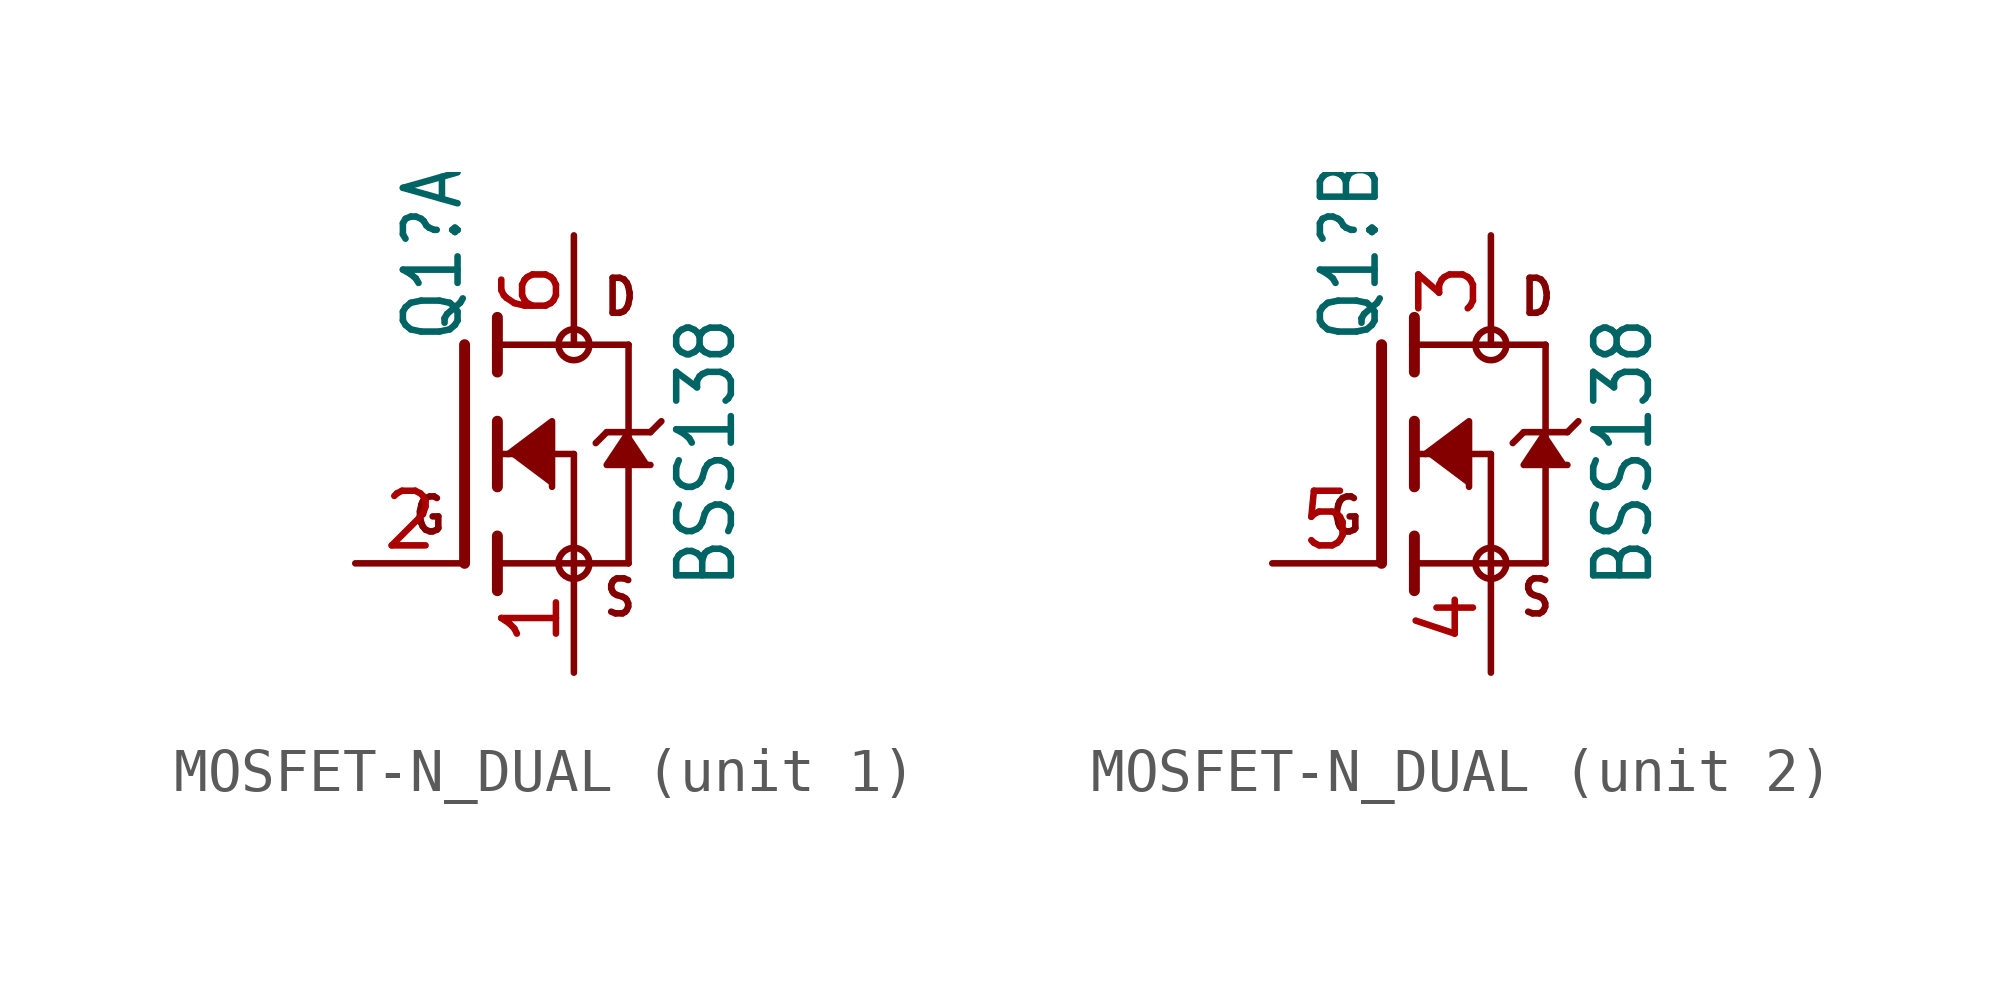
<source format=kicad_sym>
(kicad_symbol_lib
  (version 20220914)
  (generator kicad_symbol_editor)
  (symbol "MOSFET-N_DUAL"
    (property "Reference" "Q1"
      (at 0 2.54 90)
      (effects (font (size 1.27 1.079)) (justify left bottom)))
    (property "Value" "BSS138"
      (at 6.35 -3.175 90)
      (effects (font (size 1.27 1.079)) (justify left bottom)))
    (property "ki_locked" ""
      (at 0 0 0)
      (effects (font (size 1.27 1.27))))
    (symbol "MOSFET-N_DUAL_1_0"
      (polyline (pts (xy 0 2.54) (xy 0 -2.54)) (stroke (width 0.254) (type solid)) (fill (type none)))
      (polyline (pts (xy 0.762 -2.54) (xy 0.762 -3.175)) (stroke (width 0.254) (type solid)) (fill (type none)))
      (polyline (pts (xy 0.762 -1.905) (xy 0.762 -2.54)) (stroke (width 0.254) (type solid)) (fill (type none)))
      (polyline (pts (xy 0.762 0) (xy 0.762 -0.762)) (stroke (width 0.254) (type solid)) (fill (type none)))
      (polyline (pts (xy 0.762 0) (xy 2.54 0)) (stroke (width 0.152) (type solid)) (fill (type none)))
      (polyline (pts (xy 0.762 0.762) (xy 0.762 0)) (stroke (width 0.254) (type solid)) (fill (type none)))
      (polyline (pts (xy 0.762 2.54) (xy 0.762 1.905)) (stroke (width 0.254) (type solid)) (fill (type none)))
      (polyline (pts (xy 0.762 2.54) (xy 3.81 2.54)) (stroke (width 0.152) (type solid)) (fill (type none)))
      (polyline (pts (xy 0.762 3.175) (xy 0.762 2.54)) (stroke (width 0.254) (type solid)) (fill (type none)))
      (polyline (pts (xy 2.54 -2.54) (xy 0.762 -2.54)) (stroke (width 0.152) (type solid)) (fill (type none)))
      (polyline (pts (xy 2.54 -2.54) (xy 3.81 -2.54)) (stroke (width 0.152) (type solid)) (fill (type none)))
      (polyline (pts (xy 2.54 0) (xy 2.54 -2.54)) (stroke (width 0.152) (type solid)) (fill (type none)))
      (polyline (pts (xy 3.302 0.508) (xy 3.048 0.254)) (stroke (width 0.152) (type solid)) (fill (type none)))
      (polyline (pts (xy 3.81 0.508) (xy 3.302 0.508)) (stroke (width 0.152) (type solid)) (fill (type none)))
      (polyline (pts (xy 3.81 0.508) (xy 3.81 -2.54)) (stroke (width 0.152) (type solid)) (fill (type none)))
      (polyline (pts (xy 3.81 2.54) (xy 3.81 0.508)) (stroke (width 0.152) (type solid)) (fill (type none)))
      (polyline (pts (xy 4.318 0.508) (xy 3.81 0.508)) (stroke (width 0.152) (type solid)) (fill (type none)))
      (polyline (pts (xy 4.572 0.762) (xy 4.318 0.508)) (stroke (width 0.152) (type solid)) (fill (type none)))
      (polyline (pts (xy 1.016 0) (xy 2.032 0.762) (xy 2.032 -0.762)) (stroke (width 0.152) (type solid)) (fill (type outline)))
      (polyline (pts (xy 3.81 0.508) (xy 3.302 -0.254) (xy 4.318 -0.254)) (stroke (width 0.152) (type solid)) (fill (type outline)))
      (circle (center 2.54 -2.54) (radius 0.359) (stroke (width 0) (type solid)) (fill (type none)))
      (circle (center 2.54 2.54) (radius 0.359) (stroke (width 0) (type solid)) (fill (type none)))
      (text "D" (at 3.175 3.175 0) (effects (font (size 0.813 0.691)) (justify left bottom)))
      (text "G" (at -1.27 -1.905 0) (effects (font (size 0.813 0.691)) (justify left bottom)))
      (text "S" (at 3.175 -3.81 0) (effects (font (size 0.813 0.691)) (justify left bottom)))
      (pin bidirectional line (at 2.54 -5.08 90) (length 2.54) (name "S" (effects (font (size 0 0)))) (number "1" (effects (font (size 1.27 1.27)))))
      (pin bidirectional line (at -2.54 -2.54 0) (length 2.54) (name "G" (effects (font (size 0 0)))) (number "2" (effects (font (size 1.27 1.27)))))
      (pin bidirectional line (at 2.54 5.08 270) (length 2.54) (name "D" (effects (font (size 0 0)))) (number "6" (effects (font (size 1.27 1.27))))))
    (symbol "MOSFET-N_DUAL_2_0"
      (polyline (pts (xy 0 2.54) (xy 0 -2.54)) (stroke (width 0.254) (type solid)) (fill (type none)))
      (polyline (pts (xy 0.762 -2.54) (xy 0.762 -3.175)) (stroke (width 0.254) (type solid)) (fill (type none)))
      (polyline (pts (xy 0.762 -1.905) (xy 0.762 -2.54)) (stroke (width 0.254) (type solid)) (fill (type none)))
      (polyline (pts (xy 0.762 0) (xy 0.762 -0.762)) (stroke (width 0.254) (type solid)) (fill (type none)))
      (polyline (pts (xy 0.762 0) (xy 2.54 0)) (stroke (width 0.152) (type solid)) (fill (type none)))
      (polyline (pts (xy 0.762 0.762) (xy 0.762 0)) (stroke (width 0.254) (type solid)) (fill (type none)))
      (polyline (pts (xy 0.762 2.54) (xy 0.762 1.905)) (stroke (width 0.254) (type solid)) (fill (type none)))
      (polyline (pts (xy 0.762 2.54) (xy 3.81 2.54)) (stroke (width 0.152) (type solid)) (fill (type none)))
      (polyline (pts (xy 0.762 3.175) (xy 0.762 2.54)) (stroke (width 0.254) (type solid)) (fill (type none)))
      (polyline (pts (xy 2.54 -2.54) (xy 0.762 -2.54)) (stroke (width 0.152) (type solid)) (fill (type none)))
      (polyline (pts (xy 2.54 -2.54) (xy 3.81 -2.54)) (stroke (width 0.152) (type solid)) (fill (type none)))
      (polyline (pts (xy 2.54 0) (xy 2.54 -2.54)) (stroke (width 0.152) (type solid)) (fill (type none)))
      (polyline (pts (xy 3.302 0.508) (xy 3.048 0.254)) (stroke (width 0.152) (type solid)) (fill (type none)))
      (polyline (pts (xy 3.81 0.508) (xy 3.302 0.508)) (stroke (width 0.152) (type solid)) (fill (type none)))
      (polyline (pts (xy 3.81 0.508) (xy 3.81 -2.54)) (stroke (width 0.152) (type solid)) (fill (type none)))
      (polyline (pts (xy 3.81 2.54) (xy 3.81 0.508)) (stroke (width 0.152) (type solid)) (fill (type none)))
      (polyline (pts (xy 4.318 0.508) (xy 3.81 0.508)) (stroke (width 0.152) (type solid)) (fill (type none)))
      (polyline (pts (xy 4.572 0.762) (xy 4.318 0.508)) (stroke (width 0.152) (type solid)) (fill (type none)))
      (polyline (pts (xy 1.016 0) (xy 2.032 0.762) (xy 2.032 -0.762)) (stroke (width 0.152) (type solid)) (fill (type outline)))
      (polyline (pts (xy 3.81 0.508) (xy 3.302 -0.254) (xy 4.318 -0.254)) (stroke (width 0.152) (type solid)) (fill (type outline)))
      (circle (center 2.54 -2.54) (radius 0.359) (stroke (width 0) (type solid)) (fill (type none)))
      (circle (center 2.54 2.54) (radius 0.359) (stroke (width 0) (type solid)) (fill (type none)))
      (text "D" (at 3.175 3.175 0) (effects (font (size 0.813 0.691)) (justify left bottom)))
      (text "G" (at -1.27 -1.905 0) (effects (font (size 0.813 0.691)) (justify left bottom)))
      (text "S" (at 3.175 -3.81 0) (effects (font (size 0.813 0.691)) (justify left bottom)))
      (pin bidirectional line (at 2.54 5.08 270) (length 2.54) (name "D" (effects (font (size 0 0)))) (number "3" (effects (font (size 1.27 1.27)))))
      (pin bidirectional line (at 2.54 -5.08 90) (length 2.54) (name "S" (effects (font (size 0 0)))) (number "4" (effects (font (size 1.27 1.27)))))
      (pin bidirectional line (at -2.54 -2.54 0) (length 2.54) (name "G" (effects (font (size 0 0)))) (number "5" (effects (font (size 1.27 1.27))))))))
</source>
